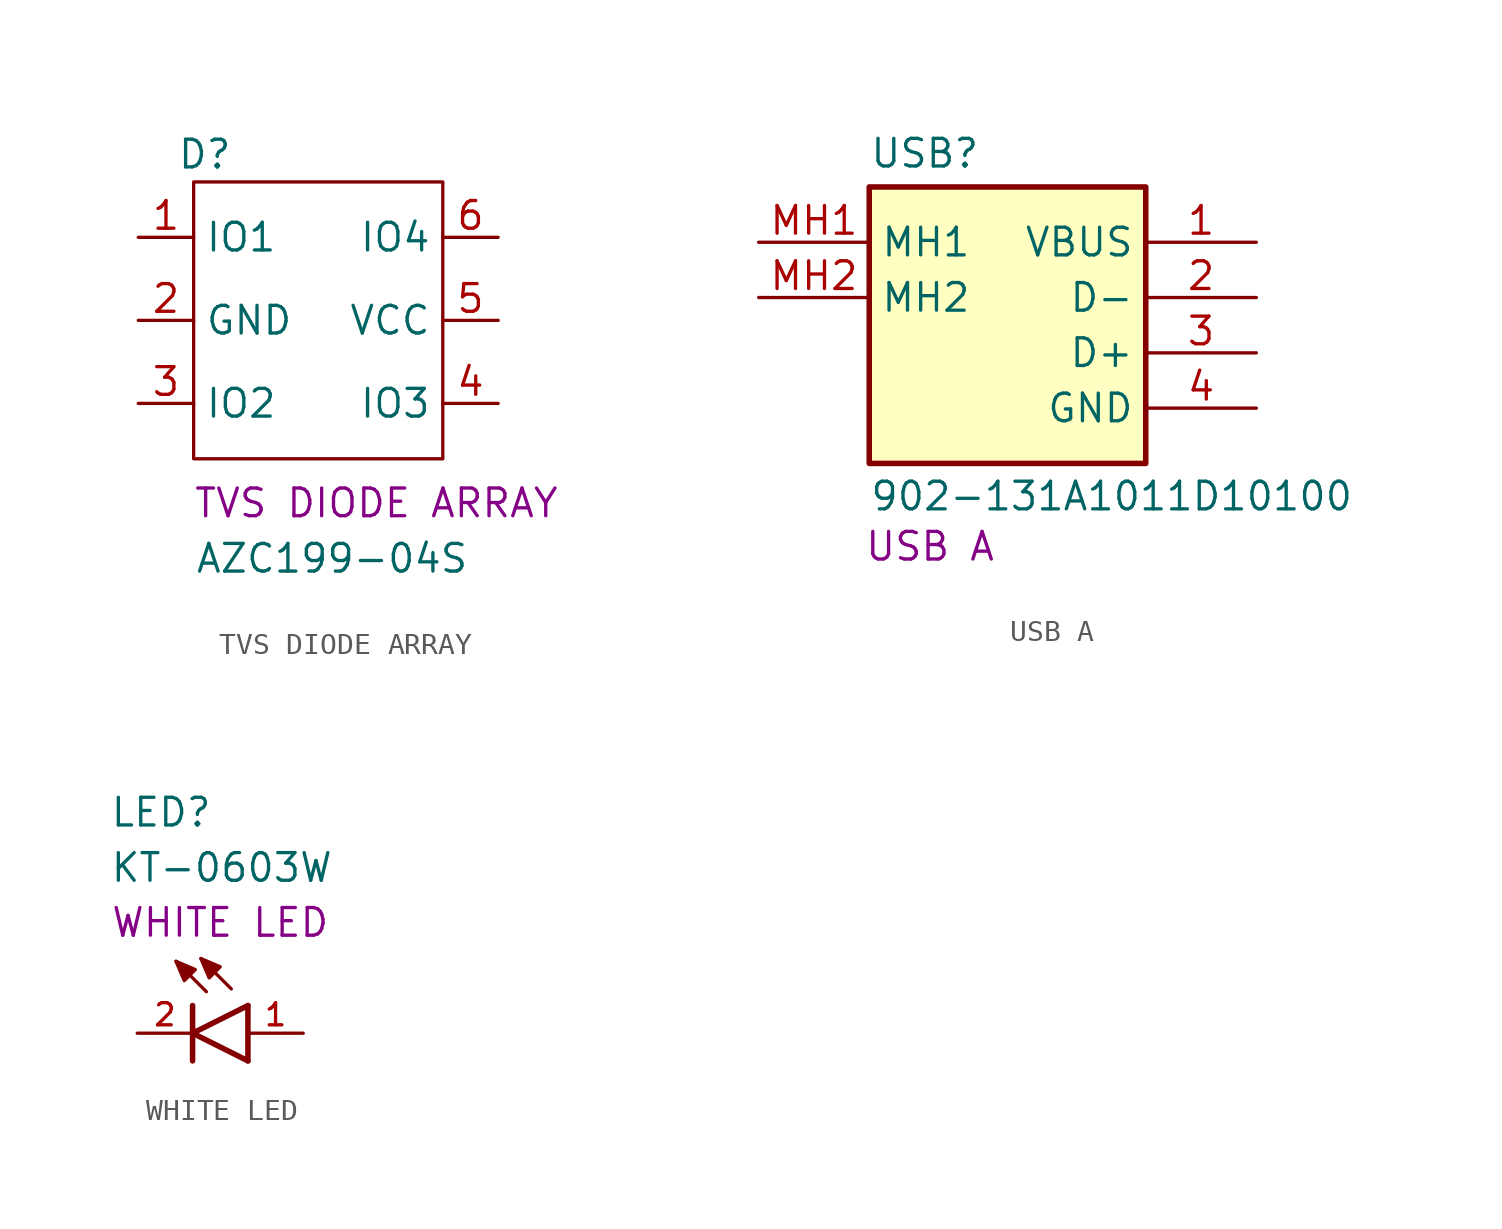
<source format=kicad_sym>
(kicad_symbol_lib
  (version 20241209)
  (generator "kicad_symbol_editor")
  (generator_version "9.0")
  (symbol "TVS DIODE ARRAY"
    (property "Reference" "D"
      (at -3.302 0 0)
      (effects (font (size 1.27 1.27))))
    (property "Value" "AZC199-04S"
      (at 2.54 -18.542 0)
      (effects (font (size 1.27 1.27))))
    (property "Description" "TVS DIODE ARRAY"
      (at 4.572 -16.002 0)
      (effects (font (size 1.27 1.27))))
    (symbol "TVS DIODE ARRAY_0_0"
      (pin input line (at -6.35 -3.81 0) (length 2.54) (name "IO1" (effects (font (size 1.27 1.27)))) (number "1" (effects (font (size 1.27 1.27))))))
    (symbol "TVS DIODE ARRAY_0_1"
      (rectangle (start -3.81 -1.27) (end 7.62 -13.97) (stroke (width 0) (type default)) (fill (type none))))
    (symbol "TVS DIODE ARRAY_1_0"
      (pin power_in line (at -6.35 -7.62 0) (length 2.54) (name "GND" (effects (font (size 1.27 1.27)))) (number "2" (effects (font (size 1.27 1.27)))))
      (pin input line (at -6.35 -11.43 0) (length 2.54) (name "IO2" (effects (font (size 1.27 1.27)))) (number "3" (effects (font (size 1.27 1.27)))))
      (pin input line (at 10.16 -3.81 180) (length 2.54) (name "IO4" (effects (font (size 1.27 1.27)))) (number "6" (effects (font (size 1.27 1.27)))))
      (pin power_in line (at 10.16 -7.62 180) (length 2.54) (name "VCC" (effects (font (size 1.27 1.27)))) (number "5" (effects (font (size 1.27 1.27)))))
      (pin input line (at 10.16 -11.43 180) (length 2.54) (name "IO3" (effects (font (size 1.27 1.27)))) (number "4" (effects (font (size 1.27 1.27)))))))
  (symbol "USB A"
    (property "Reference" "USB"
      (at 5.08 4.826 0)
      (effects (font (size 1.27 1.27)) (justify left top)))
    (property "Value" "902-131A1011D10100"
      (at 5.08 -10.922 0)
      (effects (font (size 1.27 1.27)) (justify left top)))
    (property "Name" "USB A"
      (at 7.874 -13.97 0)
      (effects (font (size 1.27 1.27))))
    (symbol "USB A_1_1"
      (rectangle (start 5.08 2.54) (end 17.78 -10.16) (stroke (width 0.254) (type default)) (fill (type background)))
      (pin passive line (at 0 0 0) (length 5.08) (name "MH1" (effects (font (size 1.27 1.27)))) (number "MH1" (effects (font (size 1.27 1.27)))))
      (pin passive line (at 0 -2.54 0) (length 5.08) (name "MH2" (effects (font (size 1.27 1.27)))) (number "MH2" (effects (font (size 1.27 1.27)))))
      (pin power_in line (at 22.86 0 180) (length 5.08) (name "VBUS" (effects (font (size 1.27 1.27)))) (number "1" (effects (font (size 1.27 1.27)))))
      (pin bidirectional line (at 22.86 -2.54 180) (length 5.08) (name "D-" (effects (font (size 1.27 1.27)))) (number "2" (effects (font (size 1.27 1.27)))))
      (pin bidirectional line (at 22.86 -5.08 180) (length 5.08) (name "D+" (effects (font (size 1.27 1.27)))) (number "3" (effects (font (size 1.27 1.27)))))
      (pin power_in line (at 22.86 -7.62 180) (length 5.08) (name "GND" (effects (font (size 1.27 1.27)))) (number "4" (effects (font (size 1.27 1.27)))))))
  (symbol "WHITE LED"
    (pin_names
      (hide yes))
    (property "Reference" "LED"
      (at -3.81 9.398 0)
      (effects (font (size 1.27 1.27)) (justify left bottom)))
    (property "Value" "KT-0603W"
      (at -3.81 6.858 0)
      (effects (font (size 1.27 1.27)) (justify left bottom)))
    (property "Name" "WHITE LED"
      (at 1.27 5.08 0)
      (effects (font (size 1.27 1.27))))
    (symbol "WHITE LED_0_0"
      (polyline (pts (xy -0.762 3.302) (xy 0.127 2.921) (xy -0.381 2.413) (xy -0.762 3.302)) (stroke (width 0.152) (type default)) (fill (type outline)))
      (polyline (pts (xy 0 0) (xy 0 1.27)) (stroke (width 0.254) (type default)) (fill (type none)))
      (polyline (pts (xy 0 0) (xy 2.54 1.27)) (stroke (width 0.254) (type default)) (fill (type none)))
      (polyline (pts (xy 0 -1.27) (xy 0 0)) (stroke (width 0.254) (type default)) (fill (type none)))
      (polyline (pts (xy 0.381 3.429) (xy 1.27 3.048) (xy 0.762 2.54) (xy 0.381 3.429)) (stroke (width 0.152) (type default)) (fill (type outline)))
      (polyline (pts (xy 0.635 1.905) (xy -0.762 3.302)) (stroke (width 0.152) (type default)) (fill (type none)))
      (polyline (pts (xy 1.778 2.032) (xy 0.381 3.429)) (stroke (width 0.152) (type default)) (fill (type none)))
      (polyline (pts (xy 2.54 -1.27) (xy 0 0)) (stroke (width 0.254) (type default)) (fill (type none)))
      (polyline (pts (xy 2.54 -1.27) (xy 2.54 1.27)) (stroke (width 0.254) (type default)) (fill (type none))))
    (symbol "WHITE LED_1_0"
      (pin passive line (at -2.54 0 0) (length 2.54) (name "" (effects (font (size 1.016 1.016)))) (number "2" (effects (font (size 1.016 1.016)))))
      (pin passive line (at 5.08 0 180) (length 2.54) (name "" (effects (font (size 1.016 1.016)))) (number "1" (effects (font (size 1.016 1.016))))))))
</source>
